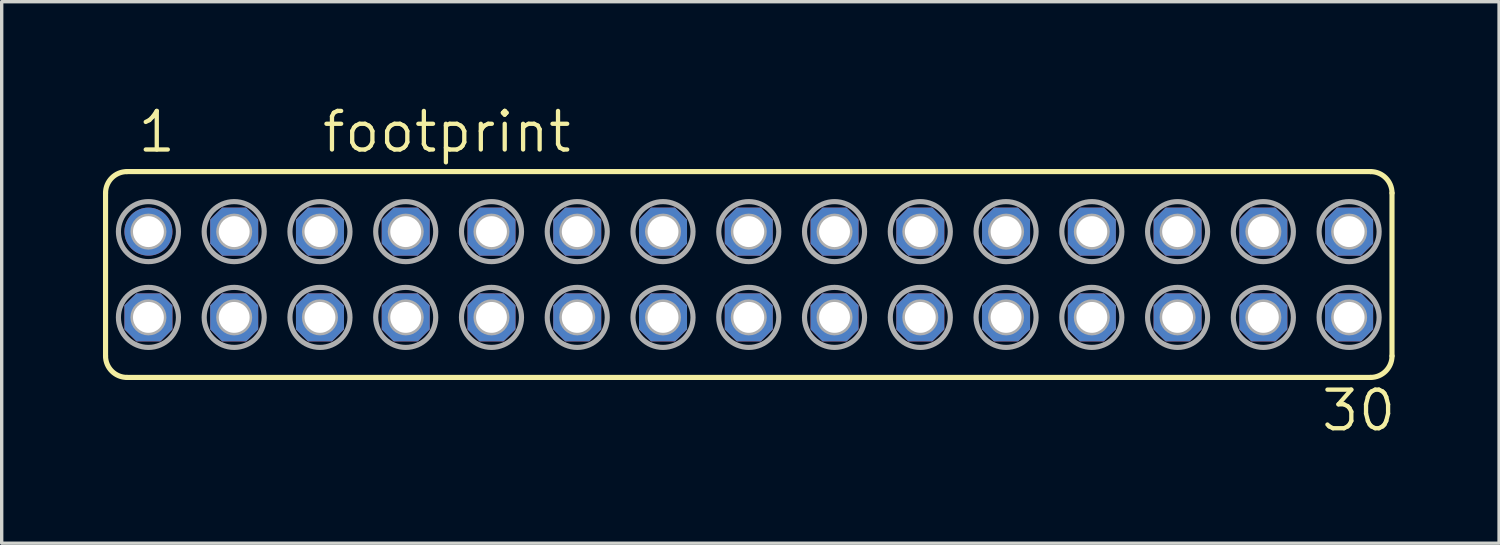
<source format=kicad_pcb>
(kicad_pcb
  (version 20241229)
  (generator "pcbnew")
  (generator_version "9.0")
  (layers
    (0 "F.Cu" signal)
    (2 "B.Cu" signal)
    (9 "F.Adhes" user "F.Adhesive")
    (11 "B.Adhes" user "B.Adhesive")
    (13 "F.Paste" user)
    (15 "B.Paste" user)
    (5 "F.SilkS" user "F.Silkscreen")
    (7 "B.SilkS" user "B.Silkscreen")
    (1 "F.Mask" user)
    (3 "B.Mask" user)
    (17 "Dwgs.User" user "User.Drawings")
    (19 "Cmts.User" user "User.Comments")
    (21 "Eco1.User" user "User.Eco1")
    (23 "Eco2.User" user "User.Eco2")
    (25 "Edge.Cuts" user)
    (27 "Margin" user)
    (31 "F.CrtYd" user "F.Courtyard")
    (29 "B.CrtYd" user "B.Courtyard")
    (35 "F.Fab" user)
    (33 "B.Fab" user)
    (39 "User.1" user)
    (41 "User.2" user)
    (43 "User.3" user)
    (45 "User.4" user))
  (footprint "footprint"
    (layer "F.Cu")
    (at 19.126 5.08)
    (property "Reference" "footprint" (at -12.7 -3.556 0) (layer "F.SilkS") (effects (font (size 1.143 1.143) (thickness 0.127)) (justify left bottom)))
    (fp_line (start -19.05 2.413) (end -19.05 -2.413) (stroke (width 0.152) (type solid)) (layer "F.SilkS"))
    (fp_line (start -18.415 -3.048) (end 18.415 -3.048) (stroke (width 0.152) (type solid)) (layer "F.SilkS"))
    (fp_line (start -18.415 3.048) (end 18.415 3.048) (stroke (width 0.152) (type solid)) (layer "F.SilkS"))
    (fp_line (start 19.05 2.413) (end 19.05 -2.413) (stroke (width 0.152) (type solid)) (layer "F.SilkS"))
    (fp_arc (start -19.05 -2.413) (mid -18.864013 -2.862013) (end -18.415 -3.048) (stroke (width 0.1524) (type solid)) (layer "F.SilkS"))
    (fp_arc (start -18.415 3.048) (mid -18.864013 2.862013) (end -19.05 2.413) (stroke (width 0.1524) (type solid)) (layer "F.SilkS"))
    (fp_arc (start 18.415 -3.048) (mid 18.864013 -2.862013) (end 19.05 -2.413) (stroke (width 0.1524) (type solid)) (layer "F.SilkS"))
    (fp_arc (start 19.05 2.413) (mid 18.864013 2.862013) (end 18.415 3.048) (stroke (width 0.1524) (type solid)) (layer "F.SilkS"))
    (fp_circle (center -17.78 -1.27) (end -17.653 -1.27) (stroke (width 0.406) (type solid)) (fill no) (layer "F.Fab"))
    (fp_circle (center -17.78 -1.27) (end -16.891 -1.27) (stroke (width 0.152) (type solid)) (fill no) (layer "F.Fab"))
    (fp_circle (center -17.78 1.27) (end -17.653 1.27) (stroke (width 0.406) (type solid)) (fill no) (layer "F.Fab"))
    (fp_circle (center -17.78 1.27) (end -16.891 1.27) (stroke (width 0.152) (type solid)) (fill no) (layer "F.Fab"))
    (fp_circle (center -15.24 -1.27) (end -15.113 -1.27) (stroke (width 0.406) (type solid)) (fill no) (layer "F.Fab"))
    (fp_circle (center -15.24 -1.27) (end -14.351 -1.27) (stroke (width 0.152) (type solid)) (fill no) (layer "F.Fab"))
    (fp_circle (center -15.24 1.27) (end -15.113 1.27) (stroke (width 0.406) (type solid)) (fill no) (layer "F.Fab"))
    (fp_circle (center -15.24 1.27) (end -14.351 1.27) (stroke (width 0.152) (type solid)) (fill no) (layer "F.Fab"))
    (fp_circle (center -12.7 -1.27) (end -12.573 -1.27) (stroke (width 0.406) (type solid)) (fill no) (layer "F.Fab"))
    (fp_circle (center -12.7 -1.27) (end -11.811 -1.27) (stroke (width 0.152) (type solid)) (fill no) (layer "F.Fab"))
    (fp_circle (center -12.7 1.27) (end -12.573 1.27) (stroke (width 0.406) (type solid)) (fill no) (layer "F.Fab"))
    (fp_circle (center -12.7 1.27) (end -11.811 1.27) (stroke (width 0.152) (type solid)) (fill no) (layer "F.Fab"))
    (fp_circle (center -10.16 -1.27) (end -10.033 -1.27) (stroke (width 0.406) (type solid)) (fill no) (layer "F.Fab"))
    (fp_circle (center -10.16 -1.27) (end -9.271 -1.27) (stroke (width 0.152) (type solid)) (fill no) (layer "F.Fab"))
    (fp_circle (center -10.16 1.27) (end -10.033 1.27) (stroke (width 0.406) (type solid)) (fill no) (layer "F.Fab"))
    (fp_circle (center -10.16 1.27) (end -9.271 1.27) (stroke (width 0.152) (type solid)) (fill no) (layer "F.Fab"))
    (fp_circle (center -7.62 -1.27) (end -7.493 -1.27) (stroke (width 0.406) (type solid)) (fill no) (layer "F.Fab"))
    (fp_circle (center -7.62 -1.27) (end -6.731 -1.27) (stroke (width 0.152) (type solid)) (fill no) (layer "F.Fab"))
    (fp_circle (center -7.62 1.27) (end -7.493 1.27) (stroke (width 0.406) (type solid)) (fill no) (layer "F.Fab"))
    (fp_circle (center -7.62 1.27) (end -6.731 1.27) (stroke (width 0.152) (type solid)) (fill no) (layer "F.Fab"))
    (fp_circle (center -5.08 -1.27) (end -4.953 -1.27) (stroke (width 0.406) (type solid)) (fill no) (layer "F.Fab"))
    (fp_circle (center -5.08 -1.27) (end -4.191 -1.27) (stroke (width 0.152) (type solid)) (fill no) (layer "F.Fab"))
    (fp_circle (center -5.08 1.27) (end -4.953 1.27) (stroke (width 0.406) (type solid)) (fill no) (layer "F.Fab"))
    (fp_circle (center -5.08 1.27) (end -4.191 1.27) (stroke (width 0.152) (type solid)) (fill no) (layer "F.Fab"))
    (fp_circle (center -2.54 -1.27) (end -2.413 -1.27) (stroke (width 0.406) (type solid)) (fill no) (layer "F.Fab"))
    (fp_circle (center -2.54 -1.27) (end -1.651 -1.27) (stroke (width 0.152) (type solid)) (fill no) (layer "F.Fab"))
    (fp_circle (center -2.54 1.27) (end -2.413 1.27) (stroke (width 0.406) (type solid)) (fill no) (layer "F.Fab"))
    (fp_circle (center -2.54 1.27) (end -1.651 1.27) (stroke (width 0.152) (type solid)) (fill no) (layer "F.Fab"))
    (fp_circle (center 0 -1.27) (end 0.127 -1.27) (stroke (width 0.406) (type solid)) (fill no) (layer "F.Fab"))
    (fp_circle (center 0 -1.27) (end 0.889 -1.27) (stroke (width 0.152) (type solid)) (fill no) (layer "F.Fab"))
    (fp_circle (center 0 1.27) (end 0.127 1.27) (stroke (width 0.406) (type solid)) (fill no) (layer "F.Fab"))
    (fp_circle (center 0 1.27) (end 0.889 1.27) (stroke (width 0.152) (type solid)) (fill no) (layer "F.Fab"))
    (fp_circle (center 2.54 -1.27) (end 2.667 -1.27) (stroke (width 0.406) (type solid)) (fill no) (layer "F.Fab"))
    (fp_circle (center 2.54 -1.27) (end 3.429 -1.27) (stroke (width 0.152) (type solid)) (fill no) (layer "F.Fab"))
    (fp_circle (center 2.54 1.27) (end 2.667 1.27) (stroke (width 0.406) (type solid)) (fill no) (layer "F.Fab"))
    (fp_circle (center 2.54 1.27) (end 3.429 1.27) (stroke (width 0.152) (type solid)) (fill no) (layer "F.Fab"))
    (fp_circle (center 5.08 -1.27) (end 5.207 -1.27) (stroke (width 0.406) (type solid)) (fill no) (layer "F.Fab"))
    (fp_circle (center 5.08 -1.27) (end 5.969 -1.27) (stroke (width 0.152) (type solid)) (fill no) (layer "F.Fab"))
    (fp_circle (center 5.08 1.27) (end 5.207 1.27) (stroke (width 0.406) (type solid)) (fill no) (layer "F.Fab"))
    (fp_circle (center 5.08 1.27) (end 5.969 1.27) (stroke (width 0.152) (type solid)) (fill no) (layer "F.Fab"))
    (fp_circle (center 7.62 -1.27) (end 7.747 -1.27) (stroke (width 0.406) (type solid)) (fill no) (layer "F.Fab"))
    (fp_circle (center 7.62 -1.27) (end 8.509 -1.27) (stroke (width 0.152) (type solid)) (fill no) (layer "F.Fab"))
    (fp_circle (center 7.62 1.27) (end 7.747 1.27) (stroke (width 0.406) (type solid)) (fill no) (layer "F.Fab"))
    (fp_circle (center 7.62 1.27) (end 8.509 1.27) (stroke (width 0.152) (type solid)) (fill no) (layer "F.Fab"))
    (fp_circle (center 10.16 -1.27) (end 10.287 -1.27) (stroke (width 0.406) (type solid)) (fill no) (layer "F.Fab"))
    (fp_circle (center 10.16 -1.27) (end 11.049 -1.27) (stroke (width 0.152) (type solid)) (fill no) (layer "F.Fab"))
    (fp_circle (center 10.16 1.27) (end 10.287 1.27) (stroke (width 0.406) (type solid)) (fill no) (layer "F.Fab"))
    (fp_circle (center 10.16 1.27) (end 11.049 1.27) (stroke (width 0.152) (type solid)) (fill no) (layer "F.Fab"))
    (fp_circle (center 12.7 -1.27) (end 12.827 -1.27) (stroke (width 0.406) (type solid)) (fill no) (layer "F.Fab"))
    (fp_circle (center 12.7 -1.27) (end 13.589 -1.27) (stroke (width 0.152) (type solid)) (fill no) (layer "F.Fab"))
    (fp_circle (center 12.7 1.27) (end 12.827 1.27) (stroke (width 0.406) (type solid)) (fill no) (layer "F.Fab"))
    (fp_circle (center 12.7 1.27) (end 13.589 1.27) (stroke (width 0.152) (type solid)) (fill no) (layer "F.Fab"))
    (fp_circle (center 15.24 -1.27) (end 15.367 -1.27) (stroke (width 0.406) (type solid)) (fill no) (layer "F.Fab"))
    (fp_circle (center 15.24 -1.27) (end 16.129 -1.27) (stroke (width 0.152) (type solid)) (fill no) (layer "F.Fab"))
    (fp_circle (center 15.24 1.27) (end 15.367 1.27) (stroke (width 0.406) (type solid)) (fill no) (layer "F.Fab"))
    (fp_circle (center 15.24 1.27) (end 16.129 1.27) (stroke (width 0.152) (type solid)) (fill no) (layer "F.Fab"))
    (fp_circle (center 17.78 -1.27) (end 17.907 -1.27) (stroke (width 0.406) (type solid)) (fill no) (layer "F.Fab"))
    (fp_circle (center 17.78 -1.27) (end 18.669 -1.27) (stroke (width 0.152) (type solid)) (fill no) (layer "F.Fab"))
    (fp_circle (center 17.78 1.27) (end 17.907 1.27) (stroke (width 0.406) (type solid)) (fill no) (layer "F.Fab"))
    (fp_circle (center 17.78 1.27) (end 18.669 1.27) (stroke (width 0.152) (type solid)) (fill no) (layer "F.Fab"))
    (fp_text user "1" (at -18.161 -3.556 0) (layer "F.SilkS") (effects (font (size 1.143 1.143) (thickness 0.127)) (justify left bottom)))
    (fp_text user "30" (at 16.891 4.699 0) (layer "F.SilkS") (effects (font (size 1.143 1.143) (thickness 0.127)) (justify left bottom)))
    (pad "1" thru_hole circle (at -17.78 -1.27) (size 1.422 1.422) (drill 0.914) (layers "*.Cu" "*.Mask"))
    (pad "2" thru_hole roundrect (at -17.78 1.27) (size 1.422 1.422) (drill 0.914) (layers "*.Cu" "*.Mask") (roundrect_rratio 0.25) (chamfer_ratio 0.25) (chamfer top_left top_right bottom_left bottom_right))
    (pad "3" thru_hole roundrect (at -15.24 -1.27) (size 1.422 1.422) (drill 0.914) (layers "*.Cu" "*.Mask") (roundrect_rratio 0.25) (chamfer_ratio 0.25) (chamfer top_left top_right bottom_left bottom_right))
    (pad "4" thru_hole roundrect (at -15.24 1.27) (size 1.422 1.422) (drill 0.914) (layers "*.Cu" "*.Mask") (roundrect_rratio 0.25) (chamfer_ratio 0.25) (chamfer top_left top_right bottom_left bottom_right))
    (pad "5" thru_hole roundrect (at -12.7 -1.27) (size 1.422 1.422) (drill 0.914) (layers "*.Cu" "*.Mask") (roundrect_rratio 0.25) (chamfer_ratio 0.25) (chamfer top_left top_right bottom_left bottom_right))
    (pad "6" thru_hole roundrect (at -12.7 1.27) (size 1.422 1.422) (drill 0.914) (layers "*.Cu" "*.Mask") (roundrect_rratio 0.25) (chamfer_ratio 0.25) (chamfer top_left top_right bottom_left bottom_right))
    (pad "7" thru_hole roundrect (at -10.16 -1.27) (size 1.422 1.422) (drill 0.914) (layers "*.Cu" "*.Mask") (roundrect_rratio 0.25) (chamfer_ratio 0.25) (chamfer top_left top_right bottom_left bottom_right))
    (pad "8" thru_hole roundrect (at -10.16 1.27) (size 1.422 1.422) (drill 0.914) (layers "*.Cu" "*.Mask") (roundrect_rratio 0.25) (chamfer_ratio 0.25) (chamfer top_left top_right bottom_left bottom_right))
    (pad "9" thru_hole roundrect (at -7.62 -1.27) (size 1.422 1.422) (drill 0.914) (layers "*.Cu" "*.Mask") (roundrect_rratio 0.25) (chamfer_ratio 0.25) (chamfer top_left top_right bottom_left bottom_right))
    (pad "10" thru_hole roundrect (at -7.62 1.27) (size 1.422 1.422) (drill 0.914) (layers "*.Cu" "*.Mask") (roundrect_rratio 0.25) (chamfer_ratio 0.25) (chamfer top_left top_right bottom_left bottom_right))
    (pad "11" thru_hole roundrect (at -5.08 -1.27) (size 1.422 1.422) (drill 0.914) (layers "*.Cu" "*.Mask") (roundrect_rratio 0.25) (chamfer_ratio 0.25) (chamfer top_left top_right bottom_left bottom_right))
    (pad "12" thru_hole roundrect (at -5.08 1.27) (size 1.422 1.422) (drill 0.914) (layers "*.Cu" "*.Mask") (roundrect_rratio 0.25) (chamfer_ratio 0.25) (chamfer top_left top_right bottom_left bottom_right))
    (pad "13" thru_hole roundrect (at -2.54 -1.27) (size 1.422 1.422) (drill 0.914) (layers "*.Cu" "*.Mask") (roundrect_rratio 0.25) (chamfer_ratio 0.25) (chamfer top_left top_right bottom_left bottom_right))
    (pad "14" thru_hole roundrect (at -2.54 1.27) (size 1.422 1.422) (drill 0.914) (layers "*.Cu" "*.Mask") (roundrect_rratio 0.25) (chamfer_ratio 0.25) (chamfer top_left top_right bottom_left bottom_right))
    (pad "15" thru_hole roundrect (at 0 -1.27) (size 1.422 1.422) (drill 0.914) (layers "*.Cu" "*.Mask") (roundrect_rratio 0.25) (chamfer_ratio 0.25) (chamfer top_left top_right bottom_left bottom_right))
    (pad "16" thru_hole roundrect (at 0 1.27) (size 1.422 1.422) (drill 0.914) (layers "*.Cu" "*.Mask") (roundrect_rratio 0.25) (chamfer_ratio 0.25) (chamfer top_left top_right bottom_left bottom_right))
    (pad "17" thru_hole roundrect (at 2.54 -1.27) (size 1.422 1.422) (drill 0.914) (layers "*.Cu" "*.Mask") (roundrect_rratio 0.25) (chamfer_ratio 0.25) (chamfer top_left top_right bottom_left bottom_right))
    (pad "18" thru_hole roundrect (at 2.54 1.27) (size 1.422 1.422) (drill 0.914) (layers "*.Cu" "*.Mask") (roundrect_rratio 0.25) (chamfer_ratio 0.25) (chamfer top_left top_right bottom_left bottom_right))
    (pad "19" thru_hole roundrect (at 5.08 -1.27) (size 1.422 1.422) (drill 0.914) (layers "*.Cu" "*.Mask") (roundrect_rratio 0.25) (chamfer_ratio 0.25) (chamfer top_left top_right bottom_left bottom_right))
    (pad "20" thru_hole roundrect (at 5.08 1.27) (size 1.422 1.422) (drill 0.914) (layers "*.Cu" "*.Mask") (roundrect_rratio 0.25) (chamfer_ratio 0.25) (chamfer top_left top_right bottom_left bottom_right))
    (pad "21" thru_hole roundrect (at 7.62 -1.27) (size 1.422 1.422) (drill 0.914) (layers "*.Cu" "*.Mask") (roundrect_rratio 0.25) (chamfer_ratio 0.25) (chamfer top_left top_right bottom_left bottom_right))
    (pad "22" thru_hole roundrect (at 7.62 1.27) (size 1.422 1.422) (drill 0.914) (layers "*.Cu" "*.Mask") (roundrect_rratio 0.25) (chamfer_ratio 0.25) (chamfer top_left top_right bottom_left bottom_right))
    (pad "23" thru_hole roundrect (at 10.16 -1.27) (size 1.422 1.422) (drill 0.914) (layers "*.Cu" "*.Mask") (roundrect_rratio 0.25) (chamfer_ratio 0.25) (chamfer top_left top_right bottom_left bottom_right))
    (pad "24" thru_hole roundrect (at 10.16 1.27) (size 1.422 1.422) (drill 0.914) (layers "*.Cu" "*.Mask") (roundrect_rratio 0.25) (chamfer_ratio 0.25) (chamfer top_left top_right bottom_left bottom_right))
    (pad "25" thru_hole roundrect (at 12.7 -1.27) (size 1.422 1.422) (drill 0.914) (layers "*.Cu" "*.Mask") (roundrect_rratio 0.25) (chamfer_ratio 0.25) (chamfer top_left top_right bottom_left bottom_right))
    (pad "26" thru_hole roundrect (at 12.7 1.27) (size 1.422 1.422) (drill 0.914) (layers "*.Cu" "*.Mask") (roundrect_rratio 0.25) (chamfer_ratio 0.25) (chamfer top_left top_right bottom_left bottom_right))
    (pad "27" thru_hole roundrect (at 15.24 -1.27) (size 1.422 1.422) (drill 0.914) (layers "*.Cu" "*.Mask") (roundrect_rratio 0.25) (chamfer_ratio 0.25) (chamfer top_left top_right bottom_left bottom_right))
    (pad "28" thru_hole roundrect (at 15.24 1.27) (size 1.422 1.422) (drill 0.914) (layers "*.Cu" "*.Mask") (roundrect_rratio 0.25) (chamfer_ratio 0.25) (chamfer top_left top_right bottom_left bottom_right))
    (pad "29" thru_hole roundrect (at 17.78 -1.27) (size 1.422 1.422) (drill 0.914) (layers "*.Cu" "*.Mask") (roundrect_rratio 0.25) (chamfer_ratio 0.25) (chamfer top_left top_right bottom_left bottom_right))
    (pad "30" thru_hole roundrect (at 17.78 1.27) (size 1.422 1.422) (drill 0.914) (layers "*.Cu" "*.Mask") (roundrect_rratio 0.25) (chamfer_ratio 0.25) (chamfer top_left top_right bottom_left bottom_right)))
  (gr_rect
    (start -3 -3)
    (end 41.347 13.038)
    (stroke (width 0.1) (type default))
    (fill no)
    (layer "Edge.Cuts")))
</source>
